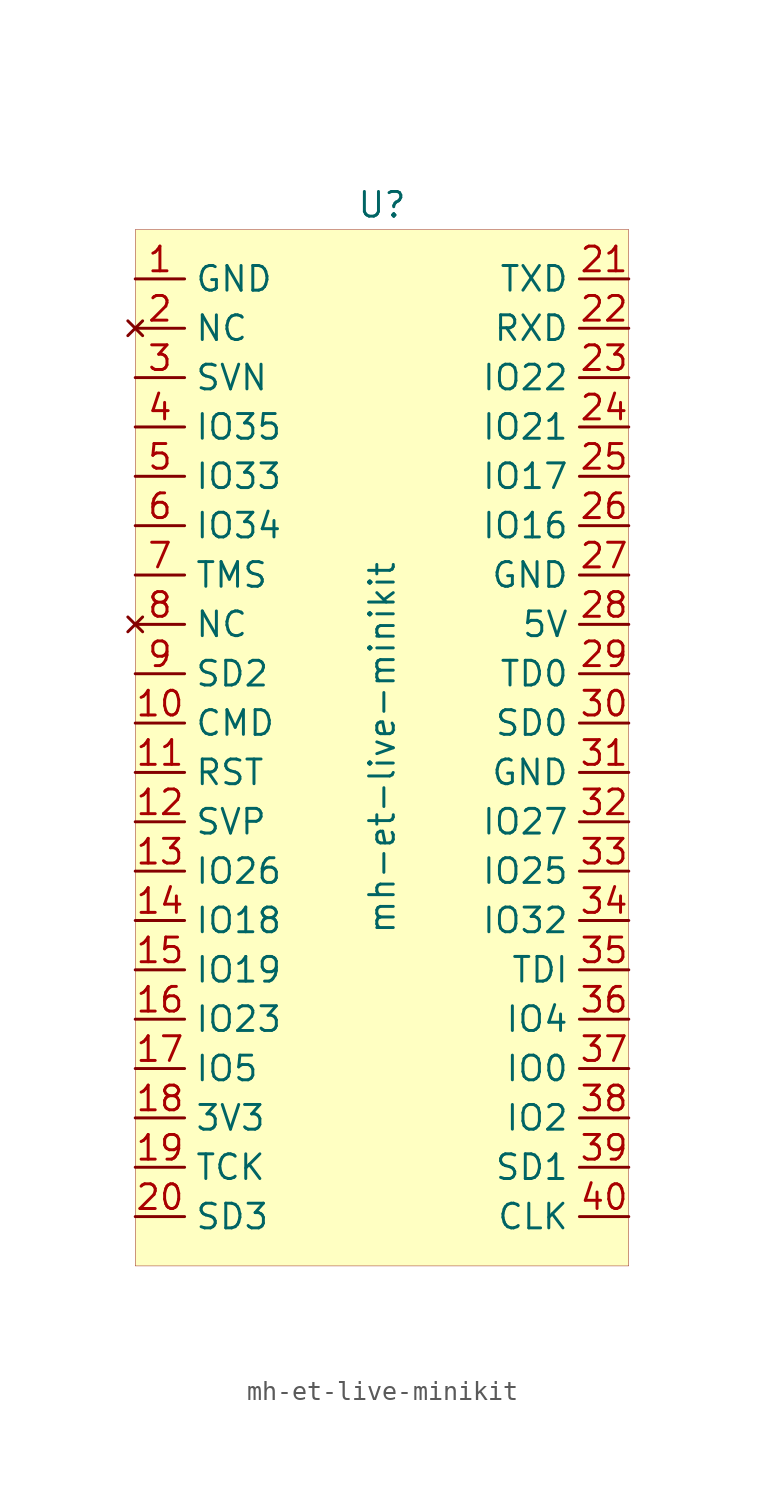
<source format=kicad_sym>
(kicad_symbol_lib
  (version 20201005)
  (generator kicad_symbol_editor)
  (symbol "mh-et-live-minikit:mh-et-live-minikit"
    (property "Reference" "U"
      (at 0 27.94 0)
      (effects (font (size 1.27 1.27))))
    (property "Value" "mh-et-live-minikit"
      (at 0 0 90)
      (effects (font (size 1.27 1.27))))
    (symbol "mh-et-live-minikit_0_1"
      (rectangle (start -12.7 26.67) (end 12.7 -26.67) (stroke (width 0.001)) (fill (type background))))
    (symbol "mh-et-live-minikit_0_0"
      (pin passive line (at -12.7 24.13 0) (length 2.54) (name "GND" (effects (font (size 1.27 1.27)))) (number "1" (effects (font (size 1.27 1.27)))))
      (pin unconnected line (at -12.7 21.59 0) (length 2.54) (name "NC" (effects (font (size 1.27 1.27)))) (number "2" (effects (font (size 1.27 1.27)))))
      (pin bidirectional line (at -12.7 19.05 0) (length 2.54) (name "SVN" (effects (font (size 1.27 1.27)))) (number "3" (effects (font (size 1.27 1.27)))))
      (pin bidirectional line (at -12.7 16.51 0) (length 2.54) (name "IO35" (effects (font (size 1.27 1.27)))) (number "4" (effects (font (size 1.27 1.27)))))
      (pin bidirectional line (at -12.7 13.97 0) (length 2.54) (name "IO33" (effects (font (size 1.27 1.27)))) (number "5" (effects (font (size 1.27 1.27)))))
      (pin bidirectional line (at -12.7 11.43 0) (length 2.54) (name "IO34" (effects (font (size 1.27 1.27)))) (number "6" (effects (font (size 1.27 1.27)))))
      (pin bidirectional line (at -12.7 8.89 0) (length 2.54) (name "TMS" (effects (font (size 1.27 1.27)))) (number "7" (effects (font (size 1.27 1.27)))))
      (pin unconnected line (at -12.7 6.35 0) (length 2.54) (name "NC" (effects (font (size 1.27 1.27)))) (number "8" (effects (font (size 1.27 1.27)))))
      (pin bidirectional line (at -12.7 3.81 0) (length 2.54) (name "SD2" (effects (font (size 1.27 1.27)))) (number "9" (effects (font (size 1.27 1.27)))))
      (pin bidirectional line (at -12.7 1.27 0) (length 2.54) (name "CMD" (effects (font (size 1.27 1.27)))) (number "10" (effects (font (size 1.27 1.27)))))
      (pin input line (at -12.7 -1.27 0) (length 2.54) (name "RST" (effects (font (size 1.27 1.27)))) (number "11" (effects (font (size 1.27 1.27)))))
      (pin bidirectional line (at -12.7 -3.81 0) (length 2.54) (name "SVP" (effects (font (size 1.27 1.27)))) (number "12" (effects (font (size 1.27 1.27)))))
      (pin bidirectional line (at -12.7 -6.35 0) (length 2.54) (name "IO26" (effects (font (size 1.27 1.27)))) (number "13" (effects (font (size 1.27 1.27)))))
      (pin bidirectional line (at -12.7 -8.89 0) (length 2.54) (name "IO18" (effects (font (size 1.27 1.27)))) (number "14" (effects (font (size 1.27 1.27)))))
      (pin bidirectional line (at -12.7 -11.43 0) (length 2.54) (name "IO19" (effects (font (size 1.27 1.27)))) (number "15" (effects (font (size 1.27 1.27)))))
      (pin bidirectional line (at -12.7 -13.97 0) (length 2.54) (name "IO23" (effects (font (size 1.27 1.27)))) (number "16" (effects (font (size 1.27 1.27)))))
      (pin bidirectional line (at -12.7 -16.51 0) (length 2.54) (name "IO5" (effects (font (size 1.27 1.27)))) (number "17" (effects (font (size 1.27 1.27)))))
      (pin power_out line (at -12.7 -19.05 0) (length 2.54) (name "3V3" (effects (font (size 1.27 1.27)))) (number "18" (effects (font (size 1.27 1.27)))))
      (pin bidirectional line (at -12.7 -21.59 0) (length 2.54) (name "TCK" (effects (font (size 1.27 1.27)))) (number "19" (effects (font (size 1.27 1.27)))))
      (pin bidirectional line (at -12.7 -24.13 0) (length 2.54) (name "SD3" (effects (font (size 1.27 1.27)))) (number "20" (effects (font (size 1.27 1.27)))))
      (pin bidirectional line (at 12.7 24.13 180) (length 2.54) (name "TXD" (effects (font (size 1.27 1.27)))) (number "21" (effects (font (size 1.27 1.27)))))
      (pin bidirectional line (at 12.7 21.59 180) (length 2.54) (name "RXD" (effects (font (size 1.27 1.27)))) (number "22" (effects (font (size 1.27 1.27)))))
      (pin bidirectional line (at 12.7 19.05 180) (length 2.54) (name "IO22" (effects (font (size 1.27 1.27)))) (number "23" (effects (font (size 1.27 1.27)))))
      (pin bidirectional line (at 12.7 16.51 180) (length 2.54) (name "IO21" (effects (font (size 1.27 1.27)))) (number "24" (effects (font (size 1.27 1.27)))))
      (pin bidirectional line (at 12.7 13.97 180) (length 2.54) (name "IO17" (effects (font (size 1.27 1.27)))) (number "25" (effects (font (size 1.27 1.27)))))
      (pin bidirectional line (at 12.7 11.43 180) (length 2.54) (name "IO16" (effects (font (size 1.27 1.27)))) (number "26" (effects (font (size 1.27 1.27)))))
      (pin passive line (at 12.7 8.89 180) (length 2.54) (name "GND" (effects (font (size 1.27 1.27)))) (number "27" (effects (font (size 1.27 1.27)))))
      (pin power_in line (at 12.7 6.35 180) (length 2.54) (name "5V" (effects (font (size 1.27 1.27)))) (number "28" (effects (font (size 1.27 1.27)))))
      (pin bidirectional line (at 12.7 3.81 180) (length 2.54) (name "TD0" (effects (font (size 1.27 1.27)))) (number "29" (effects (font (size 1.27 1.27)))))
      (pin bidirectional line (at 12.7 1.27 180) (length 2.54) (name "SD0" (effects (font (size 1.27 1.27)))) (number "30" (effects (font (size 1.27 1.27)))))
      (pin passive line (at 12.7 -1.27 180) (length 2.54) (name "GND" (effects (font (size 1.27 1.27)))) (number "31" (effects (font (size 1.27 1.27)))))
      (pin bidirectional line (at 12.7 -3.81 180) (length 2.54) (name "IO27" (effects (font (size 1.27 1.27)))) (number "32" (effects (font (size 1.27 1.27)))))
      (pin bidirectional line (at 12.7 -6.35 180) (length 2.54) (name "IO25" (effects (font (size 1.27 1.27)))) (number "33" (effects (font (size 1.27 1.27)))))
      (pin bidirectional line (at 12.7 -8.89 180) (length 2.54) (name "IO32" (effects (font (size 1.27 1.27)))) (number "34" (effects (font (size 1.27 1.27)))))
      (pin bidirectional line (at 12.7 -11.43 180) (length 2.54) (name "TDI" (effects (font (size 1.27 1.27)))) (number "35" (effects (font (size 1.27 1.27)))))
      (pin bidirectional line (at 12.7 -13.97 180) (length 2.54) (name "IO4" (effects (font (size 1.27 1.27)))) (number "36" (effects (font (size 1.27 1.27)))))
      (pin bidirectional line (at 12.7 -16.51 180) (length 2.54) (name "IO0" (effects (font (size 1.27 1.27)))) (number "37" (effects (font (size 1.27 1.27)))))
      (pin bidirectional line (at 12.7 -19.05 180) (length 2.54) (name "IO2" (effects (font (size 1.27 1.27)))) (number "38" (effects (font (size 1.27 1.27)))))
      (pin bidirectional line (at 12.7 -21.59 180) (length 2.54) (name "SD1" (effects (font (size 1.27 1.27)))) (number "39" (effects (font (size 1.27 1.27)))))
      (pin bidirectional line (at 12.7 -24.13 180) (length 2.54) (name "CLK" (effects (font (size 1.27 1.27)))) (number "40" (effects (font (size 1.27 1.27))))))))
</source>
